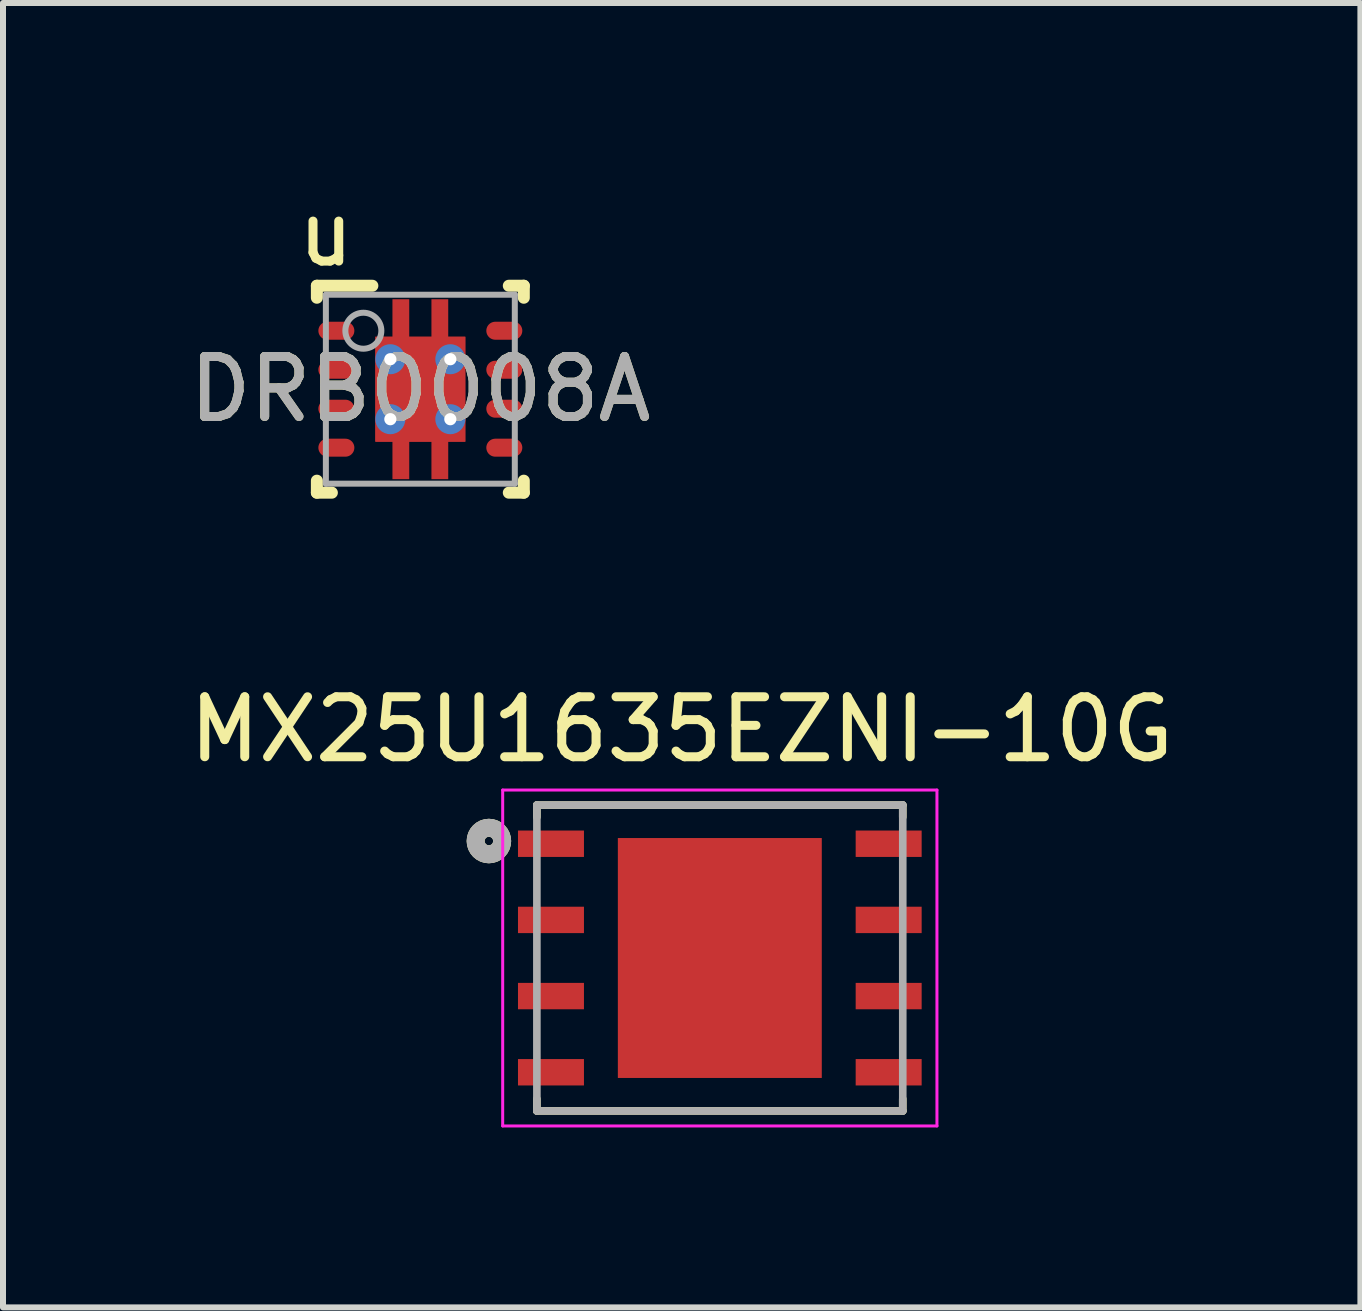
<source format=kicad_pcb>
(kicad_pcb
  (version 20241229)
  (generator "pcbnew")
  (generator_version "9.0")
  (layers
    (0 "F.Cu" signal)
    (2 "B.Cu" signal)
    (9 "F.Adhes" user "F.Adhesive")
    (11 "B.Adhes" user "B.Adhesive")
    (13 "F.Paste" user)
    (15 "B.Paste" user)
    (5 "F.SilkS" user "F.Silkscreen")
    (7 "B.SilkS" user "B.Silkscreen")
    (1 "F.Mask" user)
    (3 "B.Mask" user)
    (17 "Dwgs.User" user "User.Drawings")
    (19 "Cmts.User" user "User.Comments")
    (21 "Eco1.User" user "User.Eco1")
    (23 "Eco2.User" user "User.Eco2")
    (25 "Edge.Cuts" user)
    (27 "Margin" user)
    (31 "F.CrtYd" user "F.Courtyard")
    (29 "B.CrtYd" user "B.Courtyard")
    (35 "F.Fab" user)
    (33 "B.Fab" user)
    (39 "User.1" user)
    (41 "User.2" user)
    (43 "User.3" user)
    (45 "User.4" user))
  (footprint "MX25U1635EZNI-10G"
    (layer "F.Cu")
    (at 8.951 12.922)
    (property "Reference" "MX25U1635EZNI-10G" (at -0.635 -3.81 0) (layer "F.SilkS") (effects (font (size 1 1) (thickness 0.15))))
    (attr smd)
    (fp_line (start -3.05 -2.55) (end 3.05 -2.55) (stroke (width 0.127) (type solid)) (layer "F.SilkS"))
    (fp_line (start -3.05 -2.35) (end -3.05 -2.55) (stroke (width 0.127) (type solid)) (layer "F.SilkS"))
    (fp_line (start -3.05 2.35) (end -3.05 2.55) (stroke (width 0.127) (type solid)) (layer "F.SilkS"))
    (fp_line (start -3.05 2.55) (end 3.05 2.55) (stroke (width 0.127) (type solid)) (layer "F.SilkS"))
    (fp_line (start 3.05 -2.55) (end 3.05 -2.35) (stroke (width 0.127) (type solid)) (layer "F.SilkS"))
    (fp_line (start 3.05 2.55) (end 3.05 2.35) (stroke (width 0.127) (type solid)) (layer "F.SilkS"))
    (fp_circle (center -3.85 -1.95) (end -3.779 -1.95) (stroke (width 0.3) (type solid)) (fill no) (layer "F.SilkS"))
    (fp_poly (pts (xy -1.341 -1.64) (xy -0.18 -1.64) (xy -0.18 -0.18) (xy -1.341 -0.18)) (stroke (width 0.01) (type solid)) (fill yes) (layer "F.Paste"))
    (fp_poly (pts (xy -1.341 0.18) (xy -0.18 0.18) (xy -0.18 1.641) (xy -1.341 1.641)) (stroke (width 0.01) (type solid)) (fill yes) (layer "F.Paste"))
    (fp_poly (pts (xy 0.18 -1.64) (xy 1.34 -1.64) (xy 1.34 -0.18) (xy 0.18 -0.18)) (stroke (width 0.01) (type solid)) (fill yes) (layer "F.Paste"))
    (fp_poly (pts (xy 0.18 0.18) (xy 1.34 0.18) (xy 1.34 1.643) (xy 0.18 1.643)) (stroke (width 0.01) (type solid)) (fill yes) (layer "F.Paste"))
    (fp_line (start -3.62 -2.8) (end 3.62 -2.8) (stroke (width 0.05) (type solid)) (layer "F.CrtYd"))
    (fp_line (start -3.62 2.8) (end -3.62 -2.8) (stroke (width 0.05) (type solid)) (layer "F.CrtYd"))
    (fp_line (start 3.62 -2.8) (end 3.62 2.8) (stroke (width 0.05) (type solid)) (layer "F.CrtYd"))
    (fp_line (start 3.62 2.8) (end -3.62 2.8) (stroke (width 0.05) (type solid)) (layer "F.CrtYd"))
    (fp_line (start -3.05 -2.55) (end 3.05 -2.55) (stroke (width 0.127) (type solid)) (layer "F.Fab"))
    (fp_line (start -3.05 2.55) (end -3.05 -2.55) (stroke (width 0.127) (type solid)) (layer "F.Fab"))
    (fp_line (start 3.05 -2.55) (end 3.05 2.55) (stroke (width 0.127) (type solid)) (layer "F.Fab"))
    (fp_line (start 3.05 2.55) (end -3.05 2.55) (stroke (width 0.127) (type solid)) (layer "F.Fab"))
    (fp_circle (center -3.85 -1.95) (end -3.779 -1.95) (stroke (width 0.3) (type solid)) (fill no) (layer "F.Fab"))
    (pad "1" smd rect (at -2.815 -1.905) (size 1.1 0.44) (layers "F.Cu" "F.Mask" "F.Paste"))
    (pad "2" smd rect (at -2.815 -0.635) (size 1.1 0.44) (layers "F.Cu" "F.Mask" "F.Paste"))
    (pad "3" smd rect (at -2.815 0.635) (size 1.1 0.44) (layers "F.Cu" "F.Mask" "F.Paste"))
    (pad "4" smd rect (at -2.815 1.905) (size 1.1 0.44) (layers "F.Cu" "F.Mask" "F.Paste"))
    (pad "5" smd rect (at 2.815 1.905) (size 1.1 0.44) (layers "F.Cu" "F.Mask" "F.Paste"))
    (pad "6" smd rect (at 2.815 0.635) (size 1.1 0.44) (layers "F.Cu" "F.Mask" "F.Paste"))
    (pad "7" smd rect (at 2.815 -0.635) (size 1.1 0.44) (layers "F.Cu" "F.Mask" "F.Paste"))
    (pad "8" smd rect (at 2.815 -1.905) (size 1.1 0.44) (layers "F.Cu" "F.Mask" "F.Paste"))
    (pad "9" smd rect (at 0 0 180) (size 3.4 4) (layers "F.Cu" "F.Mask")))
  (footprint "DRB0008A"
    (layer "F.Cu")
    (at 3.958 3.439)
    (property "Reference" "DRB0008A" (at 0 0 0) (unlocked yes) (layer "F.SilkS") (effects (font (size 1 1) (thickness 0.15))))
    (attr smd)
    (fp_poly (pts (xy -0.465 1.5) (xy -0.465 0.875) (xy -0.75 0.875) (xy -0.75 -0.875) (xy -0.465 -0.875) (xy -0.465 -1.5) (xy -0.185 -1.5) (xy -0.185 -0.875) (xy 0.185 -0.875) (xy 0.185 -1.5) (xy 0.465 -1.5) (xy 0.465 -0.875) (xy 0.75 -0.875) (xy 0.75 0.875) (xy 0.465 0.875) (xy 0.465 1.5) (xy 0.185 1.5) (xy 0.185 0.875) (xy -0.185 0.875) (xy -0.185 1.5)) (stroke (width 0) (type solid)) (fill yes) (layer "F.Cu"))
    (fp_line (start -1.725 1.725) (end -1.725 1.525) (stroke (width 0.2) (type solid)) (layer "F.SilkS"))
    (fp_line (start -1.725 -1.725) (end -0.8 -1.725) (stroke (width 0.2) (type solid)) (layer "F.SilkS"))
    (fp_line (start -1.725 -1.525) (end -1.725 -1.725) (stroke (width 0.2) (type solid)) (layer "F.SilkS"))
    (fp_line (start -1.725 1.725) (end -1.475 1.725) (stroke (width 0.2) (type solid)) (layer "F.SilkS"))
    (fp_line (start 1.475 -1.725) (end 1.725 -1.725) (stroke (width 0.2) (type solid)) (layer "F.SilkS"))
    (fp_line (start 1.475 1.725) (end 1.725 1.725) (stroke (width 0.2) (type solid)) (layer "F.SilkS"))
    (fp_line (start 1.725 -1.525) (end 1.725 -1.725) (stroke (width 0.2) (type solid)) (layer "F.SilkS"))
    (fp_line (start 1.725 1.725) (end 1.725 1.525) (stroke (width 0.2) (type solid)) (layer "F.SilkS"))
    (fp_poly (pts (xy -0.691 0.792) (xy 0.692 0.792) (xy 0.692 -0.792) (xy -0.691 -0.792)) (stroke (width 0) (type solid)) (fill yes) (layer "F.Paste"))
    (fp_line (start -1.575 -1.575) (end 1.575 -1.575) (stroke (width 0.1) (type solid)) (layer "F.Fab"))
    (fp_line (start -1.575 1.575) (end -1.575 -1.575) (stroke (width 0.1) (type solid)) (layer "F.Fab"))
    (fp_line (start -1.575 1.575) (end 1.575 1.575) (stroke (width 0.1) (type solid)) (layer "F.Fab"))
    (fp_line (start 1.575 1.575) (end 1.575 -1.575) (stroke (width 0.1) (type solid)) (layer "F.Fab"))
    (fp_circle (center -0.95 -0.975) (end -0.65 -0.975) (stroke (width 0.1) (type solid)) (fill no) (layer "F.Fab"))
    (fp_text user "u" (at -1.575 -2.591 0) (unlocked yes) (layer "F.SilkS") (effects (font (size 1 1) (thickness 0.15))))
    (fp_text user "${REFERENCE}" (at 0 0 0) (unlocked yes) (layer "F.Fab") (effects (font (size 1 1) (thickness 0.15))))
    (pad "1" smd oval (at -1.4 -0.975 90) (size 0.3 0.6) (layers "F.Cu" "F.Mask" "F.Paste"))
    (pad "2" smd oval (at -1.4 -0.325 90) (size 0.3 0.6) (layers "F.Cu" "F.Mask" "F.Paste"))
    (pad "3" smd oval (at -1.4 0.325 90) (size 0.3 0.6) (layers "F.Cu" "F.Mask" "F.Paste"))
    (pad "4" smd oval (at -1.4 0.975 90) (size 0.3 0.6) (layers "F.Cu" "F.Mask" "F.Paste"))
    (pad "5" smd oval (at 1.4 0.975 90) (size 0.3 0.6) (layers "F.Cu" "F.Mask" "F.Paste"))
    (pad "6" smd oval (at 1.4 0.325 90) (size 0.3 0.6) (layers "F.Cu" "F.Mask" "F.Paste"))
    (pad "7" smd oval (at 1.4 -0.325 90) (size 0.3 0.6) (layers "F.Cu" "F.Mask" "F.Paste"))
    (pad "8" smd oval (at 1.4 -0.975 90) (size 0.3 0.6) (layers "F.Cu" "F.Mask" "F.Paste"))
    (pad "9" smd rect (at 0.000003 0) (size 1.5 1.75) (layers "F.Cu" "F.Mask"))
    (pad "V" thru_hole circle (at -0.5 -0.5) (size 0.5 0.5) (drill 0.203) (layers "*.Cu" "*.Mask"))
    (pad "V" thru_hole circle (at -0.5 0.5) (size 0.5 0.5) (drill 0.203) (layers "*.Cu" "*.Mask"))
    (pad "V" thru_hole circle (at 0.5 -0.5) (size 0.5 0.5) (drill 0.203) (layers "*.Cu" "*.Mask"))
    (pad "V" thru_hole circle (at 0.5 0.5) (size 0.5 0.5) (drill 0.203) (layers "*.Cu" "*.Mask")))
  (gr_rect
    (start -3 -3)
    (end 19.631 18.747)
    (stroke (width 0.1) (type default))
    (fill no)
    (layer "Edge.Cuts")))
</source>
